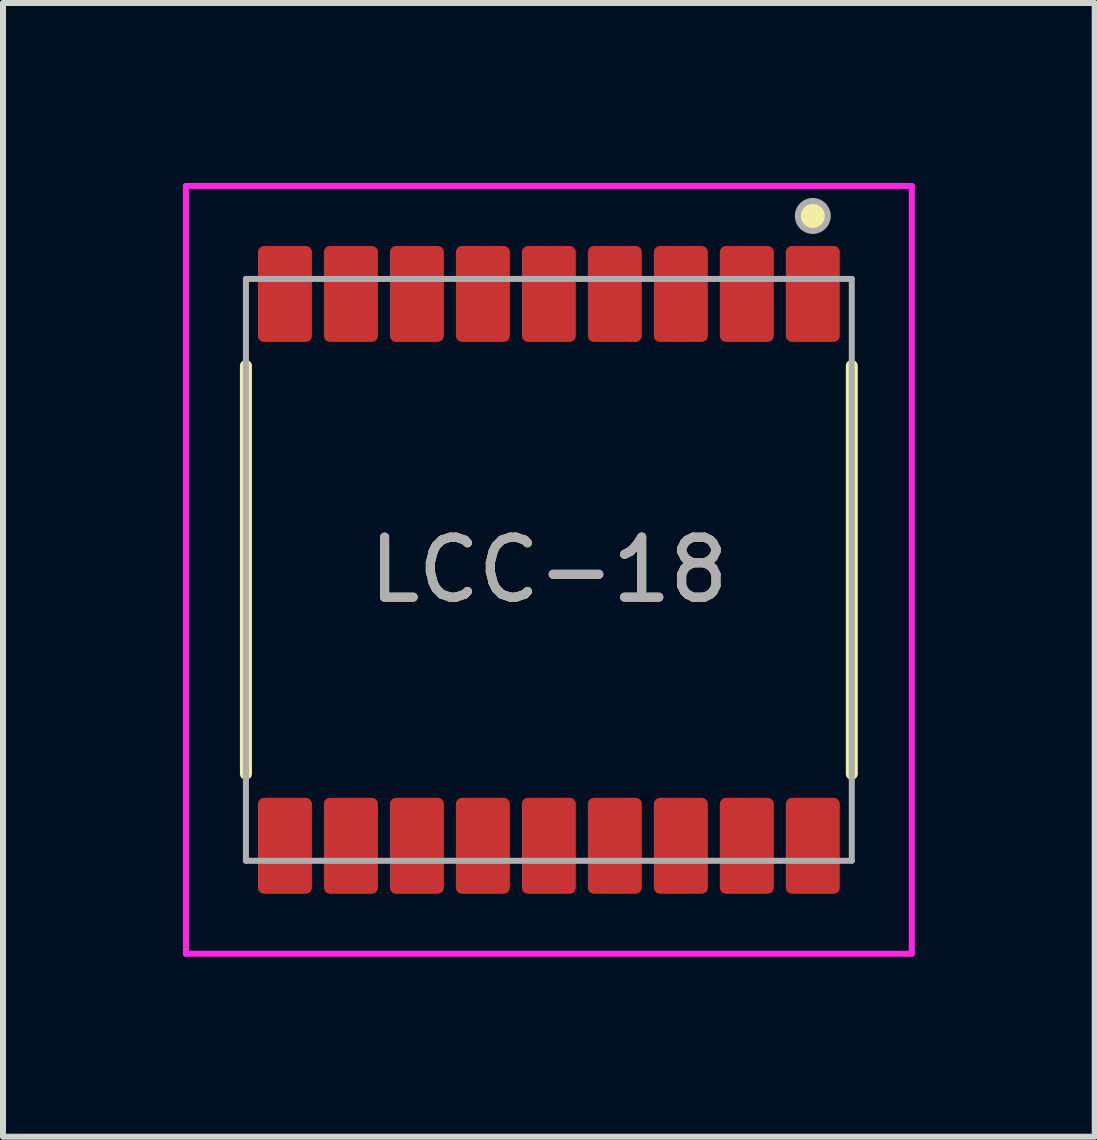
<source format=kicad_pcb>
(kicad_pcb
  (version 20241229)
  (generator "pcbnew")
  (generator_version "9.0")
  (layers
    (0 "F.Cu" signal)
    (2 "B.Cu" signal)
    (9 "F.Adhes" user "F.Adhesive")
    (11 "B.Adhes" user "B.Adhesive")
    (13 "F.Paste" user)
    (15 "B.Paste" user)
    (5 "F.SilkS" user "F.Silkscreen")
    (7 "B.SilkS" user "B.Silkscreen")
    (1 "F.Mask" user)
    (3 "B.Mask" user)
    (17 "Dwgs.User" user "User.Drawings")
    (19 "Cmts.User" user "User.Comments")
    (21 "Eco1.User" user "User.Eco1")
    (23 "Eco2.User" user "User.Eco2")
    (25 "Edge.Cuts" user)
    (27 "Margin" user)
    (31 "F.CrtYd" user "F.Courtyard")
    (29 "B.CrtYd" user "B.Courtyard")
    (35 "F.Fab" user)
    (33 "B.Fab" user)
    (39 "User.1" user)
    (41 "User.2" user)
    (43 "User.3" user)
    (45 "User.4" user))
  (footprint "LCC-18"
    (layer "F.Cu")
    (at 6.1 6.45)
    (property "Reference" "LCC-18" (at 0 0 0) (layer "F.SilkS") (effects (font (size 1 1) (thickness 0.15))))
    (attr smd)
    (fp_line (start -5.05 -3.4) (end -5.05 3.4) (stroke (width 0.2) (type solid)) (layer "F.SilkS"))
    (fp_line (start 5.05 -3.4) (end 5.05 3.4) (stroke (width 0.2) (type solid)) (layer "F.SilkS"))
    (fp_circle (center 4.4 -5.9) (end 4.65 -5.9) (stroke (width 0) (type solid)) (fill yes) (layer "F.SilkS"))
    (fp_line (start -6.05 -6.4) (end 6.05 -6.4) (stroke (width 0.1) (type solid)) (layer "F.CrtYd"))
    (fp_line (start -6.05 6.4) (end -6.05 -6.4) (stroke (width 0.1) (type solid)) (layer "F.CrtYd"))
    (fp_line (start 6.05 -6.4) (end 6.05 6.4) (stroke (width 0.1) (type solid)) (layer "F.CrtYd"))
    (fp_line (start 6.05 6.4) (end -6.05 6.4) (stroke (width 0.1) (type solid)) (layer "F.CrtYd"))
    (fp_line (start -5.05 -4.85) (end 5.05 -4.85) (stroke (width 0.1) (type solid)) (layer "F.Fab"))
    (fp_line (start -5.05 4.85) (end -5.05 -4.85) (stroke (width 0.1) (type solid)) (layer "F.Fab"))
    (fp_line (start 5.05 -4.85) (end 5.05 4.85) (stroke (width 0.1) (type solid)) (layer "F.Fab"))
    (fp_line (start 5.05 4.85) (end -5.05 4.85) (stroke (width 0.1) (type solid)) (layer "F.Fab"))
    (fp_circle (center 4.4 -5.9) (end 4.65 -5.9) (stroke (width 0.1) (type solid)) (fill no) (layer "F.Fab"))
    (fp_text user "${REFERENCE}" (at 0 0 0) (layer "F.Fab") (effects (font (size 1 1) (thickness 0.15))))
    (pad "1" smd roundrect (at 4.4 -4.6) (size 0.9 1.6) (layers "F.Cu" "F.Mask" "F.Paste") (roundrect_rratio 0.111))
    (pad "2" smd roundrect (at 3.3 -4.6) (size 0.9 1.6) (layers "F.Cu" "F.Mask" "F.Paste") (roundrect_rratio 0.111))
    (pad "3" smd roundrect (at 2.2 -4.6) (size 0.9 1.6) (layers "F.Cu" "F.Mask" "F.Paste") (roundrect_rratio 0.111))
    (pad "4" smd roundrect (at 1.1 -4.6) (size 0.9 1.6) (layers "F.Cu" "F.Mask" "F.Paste") (roundrect_rratio 0.111))
    (pad "5" smd roundrect (at 0 -4.6) (size 0.9 1.6) (layers "F.Cu" "F.Mask" "F.Paste") (roundrect_rratio 0.111))
    (pad "6" smd roundrect (at -1.1 -4.6) (size 0.9 1.6) (layers "F.Cu" "F.Mask" "F.Paste") (roundrect_rratio 0.111))
    (pad "7" smd roundrect (at -2.2 -4.6) (size 0.9 1.6) (layers "F.Cu" "F.Mask" "F.Paste") (roundrect_rratio 0.111))
    (pad "8" smd roundrect (at -3.3 -4.6) (size 0.9 1.6) (layers "F.Cu" "F.Mask" "F.Paste") (roundrect_rratio 0.111))
    (pad "9" smd roundrect (at -4.4 -4.6) (size 0.9 1.6) (layers "F.Cu" "F.Mask" "F.Paste") (roundrect_rratio 0.111))
    (pad "10" smd roundrect (at -4.4 4.6) (size 0.9 1.6) (layers "F.Cu" "F.Mask" "F.Paste") (roundrect_rratio 0.111))
    (pad "11" smd roundrect (at -3.3 4.6) (size 0.9 1.6) (layers "F.Cu" "F.Mask" "F.Paste") (roundrect_rratio 0.111))
    (pad "12" smd roundrect (at -2.2 4.6) (size 0.9 1.6) (layers "F.Cu" "F.Mask" "F.Paste") (roundrect_rratio 0.111))
    (pad "13" smd roundrect (at -1.1 4.6) (size 0.9 1.6) (layers "F.Cu" "F.Mask" "F.Paste") (roundrect_rratio 0.111))
    (pad "14" smd roundrect (at 0 4.6) (size 0.9 1.6) (layers "F.Cu" "F.Mask" "F.Paste") (roundrect_rratio 0.111))
    (pad "15" smd roundrect (at 1.1 4.6) (size 0.9 1.6) (layers "F.Cu" "F.Mask" "F.Paste") (roundrect_rratio 0.111))
    (pad "16" smd roundrect (at 2.2 4.6) (size 0.9 1.6) (layers "F.Cu" "F.Mask" "F.Paste") (roundrect_rratio 0.111))
    (pad "17" smd roundrect (at 3.3 4.6) (size 0.9 1.6) (layers "F.Cu" "F.Mask" "F.Paste") (roundrect_rratio 0.111))
    (pad "18" smd roundrect (at 4.4 4.6) (size 0.9 1.6) (layers "F.Cu" "F.Mask" "F.Paste") (roundrect_rratio 0.111)))
  (gr_rect
    (start -3 -3)
    (end 15.2 15.9)
    (stroke (width 0.1) (type default))
    (fill no)
    (layer "Edge.Cuts")))
</source>
